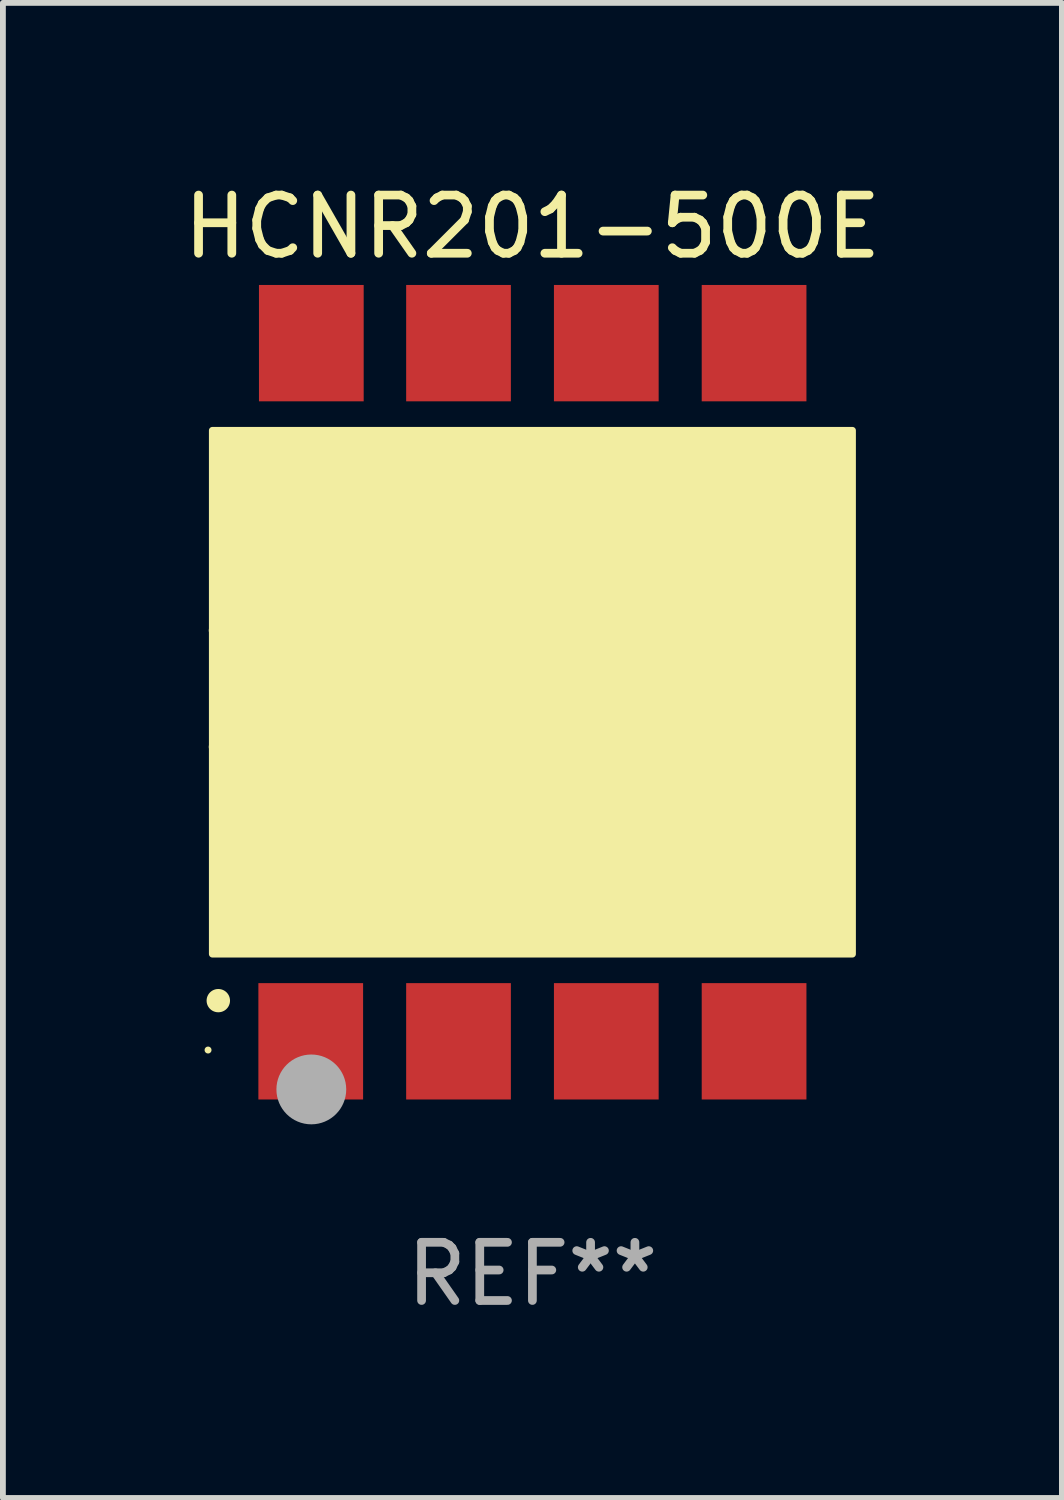
<source format=kicad_pcb>
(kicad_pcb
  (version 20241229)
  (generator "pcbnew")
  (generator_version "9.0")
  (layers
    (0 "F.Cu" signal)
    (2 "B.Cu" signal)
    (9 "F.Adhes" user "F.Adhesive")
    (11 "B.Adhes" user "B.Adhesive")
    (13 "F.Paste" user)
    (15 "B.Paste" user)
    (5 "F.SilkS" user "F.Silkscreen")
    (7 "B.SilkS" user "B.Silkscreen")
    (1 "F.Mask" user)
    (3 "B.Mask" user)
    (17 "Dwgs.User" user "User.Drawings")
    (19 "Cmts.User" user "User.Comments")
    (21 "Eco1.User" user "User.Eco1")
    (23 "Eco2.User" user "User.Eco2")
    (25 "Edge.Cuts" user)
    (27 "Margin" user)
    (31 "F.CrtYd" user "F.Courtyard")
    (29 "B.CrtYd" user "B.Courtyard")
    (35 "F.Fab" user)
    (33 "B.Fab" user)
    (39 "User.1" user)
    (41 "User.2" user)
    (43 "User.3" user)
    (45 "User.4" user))
  (footprint "HCNR201-500E"
    (layer "F.Cu")
    (at 6.101 8.848)
    (property "Reference" "HCNR201-500E" (at 0 -8 0) (layer "F.SilkS") (effects (font (size 1 1) (thickness 0.15))))
    (attr through_hole)
    (fp_arc (start -5.43561 -1.061722) (mid -4.435608 -0.06096) (end -5.435611 0.939802) (stroke (width 0.254001) (type solid)) (layer "F.SilkS"))
    (fp_arc (start -5.400051 5.300991) (mid -5.398781 5.300987) (end -5.397511 5.300991) (stroke (width 0.4) (type solid)) (layer "F.SilkS"))
    (fp_circle (center -5.575 6.15) (end -5.545 6.15) (stroke (width 0.06) (type solid)) (fill no) (layer "F.SilkS"))
    (fp_poly (pts (xy -5.5 -4.5) (xy 5.5 -4.5) (xy 5.5 4.5) (xy -5.5 4.5)) (stroke (width 0.12) (type solid)) (fill yes) (layer "F.SilkS"))
    (fp_circle (center -3.8 6.827) (end -3.5 6.827) (stroke (width 0.6) (type solid)) (fill no) (layer "F.Fab"))
    (fp_text user "REF**" (at 0 10 0) (layer "F.Fab") (effects (font (size 1 1) (thickness 0.15))))
    (pad "1" smd rect (at -3.81 6) (size 1.8 2) (layers "F.Cu" "F.Mask" "F.Paste"))
    (pad "2" smd rect (at -1.27 6) (size 1.8 2) (layers "F.Cu" "F.Mask" "F.Paste"))
    (pad "3" smd rect (at 1.27 6) (size 1.8 2) (layers "F.Cu" "F.Mask" "F.Paste"))
    (pad "4" smd rect (at 3.81 6) (size 1.8 2) (layers "F.Cu" "F.Mask" "F.Paste"))
    (pad "5" smd rect (at 3.81 -6 180) (size 1.8 2) (layers "F.Cu" "F.Mask" "F.Paste"))
    (pad "6" smd rect (at 1.27 -6 180) (size 1.8 2) (layers "F.Cu" "F.Mask" "F.Paste"))
    (pad "7" smd rect (at -1.27 -6 180) (size 1.8 2) (layers "F.Cu" "F.Mask" "F.Paste"))
    (pad "8" smd rect (at -3.8 -6 180) (size 1.8 2) (layers "F.Cu" "F.Mask" "F.Paste")))
  (gr_rect
    (start -3 -3)
    (end 15.202 22.697)
    (stroke (width 0.1) (type default))
    (fill no)
    (layer "Edge.Cuts")))
</source>
